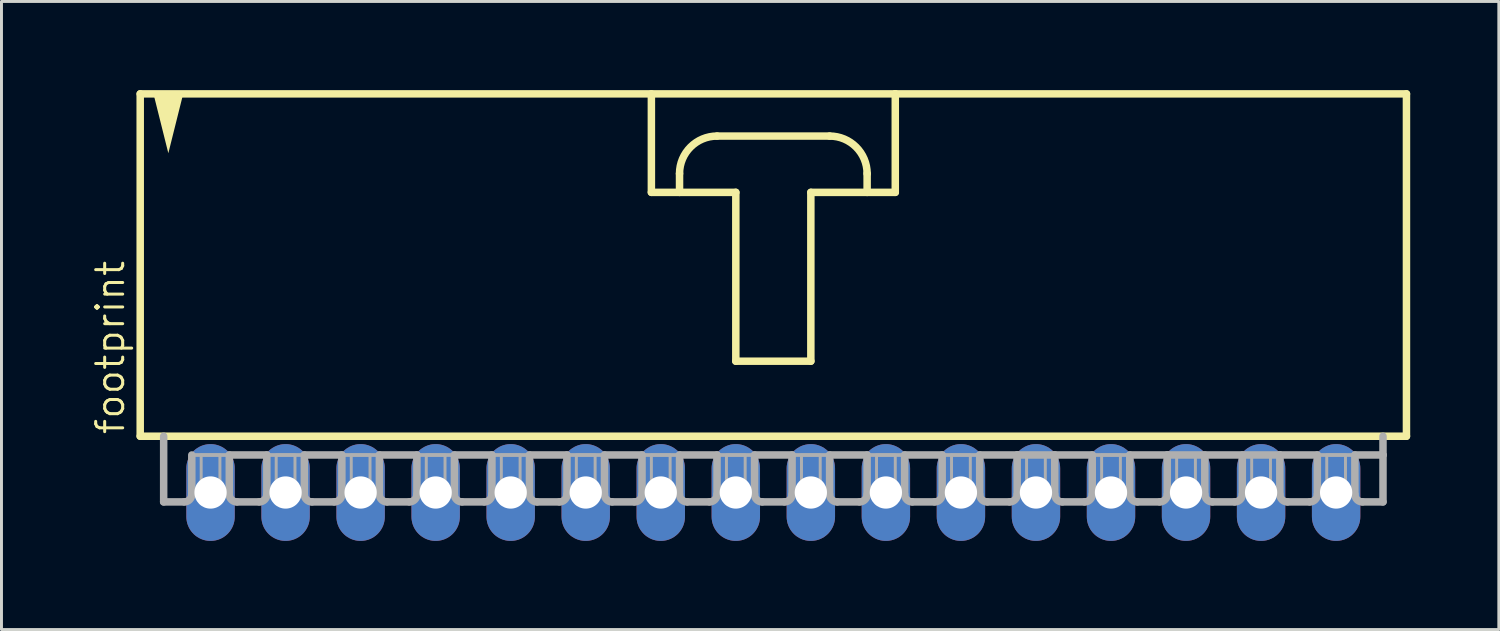
<source format=kicad_pcb>
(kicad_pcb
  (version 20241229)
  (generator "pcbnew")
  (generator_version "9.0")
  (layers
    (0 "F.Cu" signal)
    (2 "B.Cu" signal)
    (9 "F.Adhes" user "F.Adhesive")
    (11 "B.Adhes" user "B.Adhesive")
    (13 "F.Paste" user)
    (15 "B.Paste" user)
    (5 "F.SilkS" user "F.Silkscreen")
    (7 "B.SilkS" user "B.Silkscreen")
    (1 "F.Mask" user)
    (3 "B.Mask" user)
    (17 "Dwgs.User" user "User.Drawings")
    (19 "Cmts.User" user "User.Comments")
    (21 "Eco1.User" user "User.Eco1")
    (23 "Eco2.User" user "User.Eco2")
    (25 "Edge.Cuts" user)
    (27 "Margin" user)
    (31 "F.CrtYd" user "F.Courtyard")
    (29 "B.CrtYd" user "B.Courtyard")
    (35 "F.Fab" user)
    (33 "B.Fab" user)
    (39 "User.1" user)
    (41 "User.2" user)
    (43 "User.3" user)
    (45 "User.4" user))
  (footprint "footprint"
    (layer "F.Cu")
    (at 23.127 6.001)
    (property "Reference" "footprint" (at -21.907 5.715 90) (layer "F.SilkS") (effects (font (size 0.914 0.914) (thickness 0.102)) (justify left bottom)))
    (fp_line (start -21.431 -5.874) (end -21.431 5.715) (stroke (width 0.254) (type solid)) (layer "F.SilkS"))
    (fp_line (start -21.431 5.715) (end 21.431 5.715) (stroke (width 0.254) (type solid)) (layer "F.SilkS"))
    (fp_line (start -4.128 -5.874) (end -4.128 -2.54) (stroke (width 0.254) (type solid)) (layer "F.SilkS"))
    (fp_line (start -4.128 -2.54) (end -3.175 -2.54) (stroke (width 0.254) (type solid)) (layer "F.SilkS"))
    (fp_line (start -3.175 -2.54) (end -3.175 -3.175) (stroke (width 0.254) (type solid)) (layer "F.SilkS"))
    (fp_line (start -3.175 -2.54) (end -1.27 -2.54) (stroke (width 0.254) (type solid)) (layer "F.SilkS"))
    (fp_line (start -1.905 -4.445) (end 1.905 -4.445) (stroke (width 0.254) (type solid)) (layer "F.SilkS"))
    (fp_line (start -1.27 -2.54) (end -1.27 3.175) (stroke (width 0.254) (type solid)) (layer "F.SilkS"))
    (fp_line (start -1.27 3.175) (end 1.27 3.175) (stroke (width 0.254) (type solid)) (layer "F.SilkS"))
    (fp_line (start 1.27 -2.54) (end 3.175 -2.54) (stroke (width 0.254) (type solid)) (layer "F.SilkS"))
    (fp_line (start 1.27 3.175) (end 1.27 -2.54) (stroke (width 0.254) (type solid)) (layer "F.SilkS"))
    (fp_line (start 3.175 -3.175) (end 3.175 -2.54) (stroke (width 0.254) (type solid)) (layer "F.SilkS"))
    (fp_line (start 3.175 -2.54) (end 4.128 -2.54) (stroke (width 0.254) (type solid)) (layer "F.SilkS"))
    (fp_line (start 4.128 -5.874) (end -21.431 -5.874) (stroke (width 0.254) (type solid)) (layer "F.SilkS"))
    (fp_line (start 4.128 -2.54) (end 4.128 -5.874) (stroke (width 0.254) (type solid)) (layer "F.SilkS"))
    (fp_line (start 21.431 -5.874) (end 4.128 -5.874) (stroke (width 0.254) (type solid)) (layer "F.SilkS"))
    (fp_line (start 21.431 5.715) (end 21.431 -5.874) (stroke (width 0.254) (type solid)) (layer "F.SilkS"))
    (fp_arc (start -3.175 -3.175) (mid -2.803026 -4.073026) (end -1.905 -4.445) (stroke (width 0.254) (type solid)) (layer "F.SilkS"))
    (fp_arc (start 1.905 -4.445) (mid 2.803026 -4.073026) (end 3.175 -3.175) (stroke (width 0.254) (type solid)) (layer "F.SilkS"))
    (fp_poly (pts (xy -20.479 -3.864) (xy -20.988 -5.899) (xy -19.97 -5.899)) (stroke (width 0) (type solid)) (fill yes) (layer "F.SilkS"))
    (fp_line (start -20.637 5.715) (end -20.637 7.938) (stroke (width 0.254) (type solid)) (layer "F.Fab"))
    (fp_line (start -19.939 7.938) (end -20.637 7.938) (stroke (width 0.254) (type solid)) (layer "F.Fab"))
    (fp_line (start -19.685 6.35) (end -19.685 7.684) (stroke (width 0.254) (type solid)) (layer "F.Fab"))
    (fp_line (start -19.685 6.35) (end -18.415 6.35) (stroke (width 0.127) (type solid)) (layer "F.Fab"))
    (fp_line (start -18.415 6.35) (end -18.415 7.684) (stroke (width 0.254) (type solid)) (layer "F.Fab"))
    (fp_line (start -18.415 6.35) (end -17.145 6.35) (stroke (width 0.254) (type solid)) (layer "F.Fab"))
    (fp_line (start -17.399 7.938) (end -18.161 7.938) (stroke (width 0.254) (type solid)) (layer "F.Fab"))
    (fp_line (start -17.145 6.35) (end -17.145 7.684) (stroke (width 0.254) (type solid)) (layer "F.Fab"))
    (fp_line (start -17.145 6.35) (end -15.875 6.35) (stroke (width 0.127) (type solid)) (layer "F.Fab"))
    (fp_line (start -15.875 6.35) (end -15.875 7.684) (stroke (width 0.254) (type solid)) (layer "F.Fab"))
    (fp_line (start -15.875 6.35) (end -14.605 6.35) (stroke (width 0.254) (type solid)) (layer "F.Fab"))
    (fp_line (start -14.859 7.938) (end -15.621 7.938) (stroke (width 0.254) (type solid)) (layer "F.Fab"))
    (fp_line (start -14.605 6.35) (end -14.605 7.684) (stroke (width 0.254) (type solid)) (layer "F.Fab"))
    (fp_line (start -14.605 6.35) (end -13.335 6.35) (stroke (width 0.127) (type solid)) (layer "F.Fab"))
    (fp_line (start -13.335 6.35) (end -13.335 7.684) (stroke (width 0.254) (type solid)) (layer "F.Fab"))
    (fp_line (start -13.335 6.35) (end -12.065 6.35) (stroke (width 0.254) (type solid)) (layer "F.Fab"))
    (fp_line (start -12.319 7.938) (end -13.081 7.938) (stroke (width 0.254) (type solid)) (layer "F.Fab"))
    (fp_line (start -12.065 6.35) (end -12.065 7.684) (stroke (width 0.254) (type solid)) (layer "F.Fab"))
    (fp_line (start -12.065 6.35) (end -10.795 6.35) (stroke (width 0.127) (type solid)) (layer "F.Fab"))
    (fp_line (start -10.795 6.35) (end -10.795 7.684) (stroke (width 0.254) (type solid)) (layer "F.Fab"))
    (fp_line (start -10.795 6.35) (end -9.525 6.35) (stroke (width 0.254) (type solid)) (layer "F.Fab"))
    (fp_line (start -9.779 7.938) (end -10.541 7.938) (stroke (width 0.254) (type solid)) (layer "F.Fab"))
    (fp_line (start -9.525 6.35) (end -9.525 7.684) (stroke (width 0.254) (type solid)) (layer "F.Fab"))
    (fp_line (start -9.525 6.35) (end -8.255 6.35) (stroke (width 0.127) (type solid)) (layer "F.Fab"))
    (fp_line (start -8.255 6.35) (end -8.255 7.684) (stroke (width 0.254) (type solid)) (layer "F.Fab"))
    (fp_line (start -8.255 6.35) (end -6.985 6.35) (stroke (width 0.254) (type solid)) (layer "F.Fab"))
    (fp_line (start -7.239 7.938) (end -8.001 7.938) (stroke (width 0.254) (type solid)) (layer "F.Fab"))
    (fp_line (start -6.985 6.35) (end -6.985 7.684) (stroke (width 0.254) (type solid)) (layer "F.Fab"))
    (fp_line (start -6.985 6.35) (end -5.715 6.35) (stroke (width 0.127) (type solid)) (layer "F.Fab"))
    (fp_line (start -5.715 6.35) (end -5.715 7.684) (stroke (width 0.254) (type solid)) (layer "F.Fab"))
    (fp_line (start -5.715 6.35) (end -4.445 6.35) (stroke (width 0.254) (type solid)) (layer "F.Fab"))
    (fp_line (start -4.699 7.938) (end -5.461 7.938) (stroke (width 0.254) (type solid)) (layer "F.Fab"))
    (fp_line (start -4.445 6.35) (end -4.445 7.684) (stroke (width 0.254) (type solid)) (layer "F.Fab"))
    (fp_line (start -4.445 6.35) (end -3.175 6.35) (stroke (width 0.127) (type solid)) (layer "F.Fab"))
    (fp_line (start -3.175 6.35) (end -3.175 7.684) (stroke (width 0.254) (type solid)) (layer "F.Fab"))
    (fp_line (start -3.175 6.35) (end -1.905 6.35) (stroke (width 0.254) (type solid)) (layer "F.Fab"))
    (fp_line (start -2.159 7.938) (end -2.921 7.938) (stroke (width 0.254) (type solid)) (layer "F.Fab"))
    (fp_line (start -1.905 6.35) (end -1.905 7.684) (stroke (width 0.254) (type solid)) (layer "F.Fab"))
    (fp_line (start -1.905 6.35) (end -0.635 6.35) (stroke (width 0.127) (type solid)) (layer "F.Fab"))
    (fp_line (start -0.635 6.35) (end -0.635 7.684) (stroke (width 0.254) (type solid)) (layer "F.Fab"))
    (fp_line (start -0.635 6.35) (end 0.635 6.35) (stroke (width 0.254) (type solid)) (layer "F.Fab"))
    (fp_line (start 0.381 7.938) (end -0.381 7.938) (stroke (width 0.254) (type solid)) (layer "F.Fab"))
    (fp_line (start 0.635 6.35) (end 0.635 7.684) (stroke (width 0.254) (type solid)) (layer "F.Fab"))
    (fp_line (start 0.635 6.35) (end 1.905 6.35) (stroke (width 0.127) (type solid)) (layer "F.Fab"))
    (fp_line (start 1.905 6.35) (end 1.905 7.684) (stroke (width 0.254) (type solid)) (layer "F.Fab"))
    (fp_line (start 1.905 6.35) (end 3.175 6.35) (stroke (width 0.254) (type solid)) (layer "F.Fab"))
    (fp_line (start 2.921 7.938) (end 2.159 7.938) (stroke (width 0.254) (type solid)) (layer "F.Fab"))
    (fp_line (start 3.175 6.35) (end 3.175 7.684) (stroke (width 0.254) (type solid)) (layer "F.Fab"))
    (fp_line (start 3.175 6.35) (end 4.445 6.35) (stroke (width 0.127) (type solid)) (layer "F.Fab"))
    (fp_line (start 4.445 6.35) (end 4.445 7.684) (stroke (width 0.254) (type solid)) (layer "F.Fab"))
    (fp_line (start 4.445 6.35) (end 5.715 6.35) (stroke (width 0.254) (type solid)) (layer "F.Fab"))
    (fp_line (start 5.461 7.938) (end 4.699 7.938) (stroke (width 0.254) (type solid)) (layer "F.Fab"))
    (fp_line (start 5.715 6.35) (end 5.715 7.684) (stroke (width 0.254) (type solid)) (layer "F.Fab"))
    (fp_line (start 5.715 6.35) (end 6.985 6.35) (stroke (width 0.127) (type solid)) (layer "F.Fab"))
    (fp_line (start 6.985 6.35) (end 6.985 7.684) (stroke (width 0.254) (type solid)) (layer "F.Fab"))
    (fp_line (start 6.985 6.35) (end 8.255 6.35) (stroke (width 0.254) (type solid)) (layer "F.Fab"))
    (fp_line (start 8.001 7.938) (end 7.239 7.938) (stroke (width 0.254) (type solid)) (layer "F.Fab"))
    (fp_line (start 8.255 6.35) (end 8.255 7.684) (stroke (width 0.254) (type solid)) (layer "F.Fab"))
    (fp_line (start 8.255 6.35) (end 9.525 6.35) (stroke (width 0.254) (type solid)) (layer "F.Fab"))
    (fp_line (start 9.525 6.35) (end 9.525 7.684) (stroke (width 0.254) (type solid)) (layer "F.Fab"))
    (fp_line (start 9.525 6.35) (end 10.795 6.35) (stroke (width 0.254) (type solid)) (layer "F.Fab"))
    (fp_line (start 10.541 7.938) (end 9.779 7.938) (stroke (width 0.254) (type solid)) (layer "F.Fab"))
    (fp_line (start 10.795 6.35) (end 10.795 7.684) (stroke (width 0.254) (type solid)) (layer "F.Fab"))
    (fp_line (start 10.795 6.35) (end 12.065 6.35) (stroke (width 0.127) (type solid)) (layer "F.Fab"))
    (fp_line (start 12.065 6.35) (end 12.065 7.684) (stroke (width 0.254) (type solid)) (layer "F.Fab"))
    (fp_line (start 12.065 6.35) (end 13.335 6.35) (stroke (width 0.254) (type solid)) (layer "F.Fab"))
    (fp_line (start 13.081 7.938) (end 12.319 7.938) (stroke (width 0.254) (type solid)) (layer "F.Fab"))
    (fp_line (start 13.335 6.35) (end 13.335 7.684) (stroke (width 0.254) (type solid)) (layer "F.Fab"))
    (fp_line (start 13.335 6.35) (end 17.145 6.35) (stroke (width 0.254) (type solid)) (layer "F.Fab"))
    (fp_line (start 14.605 6.35) (end 14.605 7.684) (stroke (width 0.254) (type solid)) (layer "F.Fab"))
    (fp_line (start 15.621 7.938) (end 14.859 7.938) (stroke (width 0.254) (type solid)) (layer "F.Fab"))
    (fp_line (start 15.875 6.35) (end 15.875 7.684) (stroke (width 0.254) (type solid)) (layer "F.Fab"))
    (fp_line (start 17.145 6.35) (end 17.145 7.684) (stroke (width 0.254) (type solid)) (layer "F.Fab"))
    (fp_line (start 17.145 6.35) (end 18.415 6.35) (stroke (width 0.254) (type solid)) (layer "F.Fab"))
    (fp_line (start 17.399 7.938) (end 18.161 7.938) (stroke (width 0.254) (type solid)) (layer "F.Fab"))
    (fp_line (start 18.415 6.35) (end 19.685 6.35) (stroke (width 0.127) (type solid)) (layer "F.Fab"))
    (fp_line (start 18.415 7.684) (end 18.415 6.35) (stroke (width 0.254) (type solid)) (layer "F.Fab"))
    (fp_line (start 19.685 6.35) (end 19.685 7.684) (stroke (width 0.254) (type solid)) (layer "F.Fab"))
    (fp_line (start 19.685 6.35) (end 20.637 6.35) (stroke (width 0.254) (type solid)) (layer "F.Fab"))
    (fp_line (start 19.939 7.938) (end 20.637 7.938) (stroke (width 0.254) (type solid)) (layer "F.Fab"))
    (fp_line (start 20.637 6.35) (end 20.637 5.715) (stroke (width 0.254) (type solid)) (layer "F.Fab"))
    (fp_line (start 20.637 7.938) (end 20.637 6.35) (stroke (width 0.254) (type solid)) (layer "F.Fab"))
    (fp_arc (start -19.685 7.6835) (mid -19.759395 7.863105) (end -19.939 7.9375) (stroke (width 0.254) (type solid)) (layer "F.Fab"))
    (fp_arc (start -18.161 7.9375) (mid -18.340605 7.863105) (end -18.415 7.6835) (stroke (width 0.254) (type solid)) (layer "F.Fab"))
    (fp_arc (start -17.145 7.6835) (mid -17.219395 7.863105) (end -17.399 7.9375) (stroke (width 0.254) (type solid)) (layer "F.Fab"))
    (fp_arc (start -15.621 7.9375) (mid -15.800605 7.863105) (end -15.875 7.6835) (stroke (width 0.254) (type solid)) (layer "F.Fab"))
    (fp_arc (start -14.605 7.6835) (mid -14.679395 7.863105) (end -14.859 7.9375) (stroke (width 0.254) (type solid)) (layer "F.Fab"))
    (fp_arc (start -13.081 7.9375) (mid -13.260605 7.863105) (end -13.335 7.6835) (stroke (width 0.254) (type solid)) (layer "F.Fab"))
    (fp_arc (start -12.065 7.6835) (mid -12.139395 7.863105) (end -12.319 7.9375) (stroke (width 0.254) (type solid)) (layer "F.Fab"))
    (fp_arc (start -10.541 7.9375) (mid -10.720605 7.863105) (end -10.795 7.6835) (stroke (width 0.254) (type solid)) (layer "F.Fab"))
    (fp_arc (start -9.525 7.6835) (mid -9.599395 7.863105) (end -9.779 7.9375) (stroke (width 0.254) (type solid)) (layer "F.Fab"))
    (fp_arc (start -8.001 7.9375) (mid -8.180605 7.863105) (end -8.255 7.6835) (stroke (width 0.254) (type solid)) (layer "F.Fab"))
    (fp_arc (start -6.985 7.6835) (mid -7.059395 7.863105) (end -7.239 7.9375) (stroke (width 0.254) (type solid)) (layer "F.Fab"))
    (fp_arc (start -5.461 7.9375) (mid -5.640605 7.863105) (end -5.715 7.6835) (stroke (width 0.254) (type solid)) (layer "F.Fab"))
    (fp_arc (start -4.445 7.6835) (mid -4.519395 7.863105) (end -4.699 7.9375) (stroke (width 0.254) (type solid)) (layer "F.Fab"))
    (fp_arc (start -2.921 7.9375) (mid -3.100605 7.863105) (end -3.175 7.6835) (stroke (width 0.254) (type solid)) (layer "F.Fab"))
    (fp_arc (start -1.905 7.6835) (mid -1.979395 7.863105) (end -2.159 7.9375) (stroke (width 0.254) (type solid)) (layer "F.Fab"))
    (fp_arc (start -0.381 7.9375) (mid -0.560605 7.863105) (end -0.635 7.6835) (stroke (width 0.254) (type solid)) (layer "F.Fab"))
    (fp_arc (start 0.635 7.6835) (mid 0.560605 7.863105) (end 0.381 7.9375) (stroke (width 0.254) (type solid)) (layer "F.Fab"))
    (fp_arc (start 2.159 7.9375) (mid 1.979395 7.863105) (end 1.905 7.6835) (stroke (width 0.254) (type solid)) (layer "F.Fab"))
    (fp_arc (start 3.175 7.6835) (mid 3.100605 7.863105) (end 2.921 7.9375) (stroke (width 0.254) (type solid)) (layer "F.Fab"))
    (fp_arc (start 4.699 7.9375) (mid 4.519395 7.863105) (end 4.445 7.6835) (stroke (width 0.254) (type solid)) (layer "F.Fab"))
    (fp_arc (start 5.715 7.6835) (mid 5.640605 7.863105) (end 5.461 7.9375) (stroke (width 0.254) (type solid)) (layer "F.Fab"))
    (fp_arc (start 7.239 7.9375) (mid 7.059395 7.863105) (end 6.985 7.6835) (stroke (width 0.254) (type solid)) (layer "F.Fab"))
    (fp_arc (start 8.255 7.6835) (mid 8.180605 7.863105) (end 8.001 7.9375) (stroke (width 0.254) (type solid)) (layer "F.Fab"))
    (fp_arc (start 9.779 7.9375) (mid 9.599395 7.863105) (end 9.525 7.6835) (stroke (width 0.254) (type solid)) (layer "F.Fab"))
    (fp_arc (start 10.795 7.6835) (mid 10.720605 7.863105) (end 10.541 7.9375) (stroke (width 0.254) (type solid)) (layer "F.Fab"))
    (fp_arc (start 12.319 7.9375) (mid 12.139395 7.863105) (end 12.065 7.6835) (stroke (width 0.254) (type solid)) (layer "F.Fab"))
    (fp_arc (start 13.335 7.6835) (mid 13.260605 7.863105) (end 13.081 7.9375) (stroke (width 0.254) (type solid)) (layer "F.Fab"))
    (fp_arc (start 14.859 7.9375) (mid 14.679395 7.863105) (end 14.605 7.6835) (stroke (width 0.254) (type solid)) (layer "F.Fab"))
    (fp_arc (start 15.875 7.6835) (mid 15.800605 7.863105) (end 15.621 7.9375) (stroke (width 0.254) (type solid)) (layer "F.Fab"))
    (fp_arc (start 17.399 7.9375) (mid 17.219395 7.863105) (end 17.145 7.6835) (stroke (width 0.254) (type solid)) (layer "F.Fab"))
    (fp_arc (start 18.415 7.6835) (mid 18.340605 7.863105) (end 18.161 7.9375) (stroke (width 0.254) (type solid)) (layer "F.Fab"))
    (fp_arc (start 19.939 7.9375) (mid 19.759395 7.863105) (end 19.685 7.6835) (stroke (width 0.254) (type solid)) (layer "F.Fab"))
    (fp_poly (pts (xy -19.367 7.62) (xy -18.733 7.62) (xy -18.733 6.35) (xy -19.367 6.35)) (stroke (width 0.1) (type solid)) (fill no) (layer "F.Fab"))
    (fp_poly (pts (xy -16.828 7.62) (xy -16.192 7.62) (xy -16.192 6.35) (xy -16.828 6.35)) (stroke (width 0.1) (type solid)) (fill no) (layer "F.Fab"))
    (fp_poly (pts (xy -14.287 7.62) (xy -13.652 7.62) (xy -13.652 6.35) (xy -14.287 6.35)) (stroke (width 0.1) (type solid)) (fill no) (layer "F.Fab"))
    (fp_poly (pts (xy -11.748 7.62) (xy -11.113 7.62) (xy -11.113 6.35) (xy -11.748 6.35)) (stroke (width 0.1) (type solid)) (fill no) (layer "F.Fab"))
    (fp_poly (pts (xy -9.207 7.62) (xy -8.572 7.62) (xy -8.572 6.35) (xy -9.207 6.35)) (stroke (width 0.1) (type solid)) (fill no) (layer "F.Fab"))
    (fp_poly (pts (xy -6.668 7.62) (xy -6.032 7.62) (xy -6.032 6.35) (xy -6.668 6.35)) (stroke (width 0.1) (type solid)) (fill no) (layer "F.Fab"))
    (fp_poly (pts (xy -4.128 7.62) (xy -3.493 7.62) (xy -3.493 6.35) (xy -4.128 6.35)) (stroke (width 0.1) (type solid)) (fill no) (layer "F.Fab"))
    (fp_poly (pts (xy -1.587 7.62) (xy -0.953 7.62) (xy -0.953 6.35) (xy -1.587 6.35)) (stroke (width 0.1) (type solid)) (fill no) (layer "F.Fab"))
    (fp_poly (pts (xy 0.953 7.62) (xy 1.587 7.62) (xy 1.587 6.35) (xy 0.953 6.35)) (stroke (width 0.1) (type solid)) (fill no) (layer "F.Fab"))
    (fp_poly (pts (xy 3.493 7.62) (xy 4.128 7.62) (xy 4.128 6.35) (xy 3.493 6.35)) (stroke (width 0.1) (type solid)) (fill no) (layer "F.Fab"))
    (fp_poly (pts (xy 6.032 7.62) (xy 6.668 7.62) (xy 6.668 6.35) (xy 6.032 6.35)) (stroke (width 0.1) (type solid)) (fill no) (layer "F.Fab"))
    (fp_poly (pts (xy 8.572 7.62) (xy 9.207 7.62) (xy 9.207 6.35) (xy 8.572 6.35)) (stroke (width 0.1) (type solid)) (fill no) (layer "F.Fab"))
    (fp_poly (pts (xy 11.113 7.62) (xy 11.748 7.62) (xy 11.748 6.35) (xy 11.113 6.35)) (stroke (width 0.1) (type solid)) (fill no) (layer "F.Fab"))
    (fp_poly (pts (xy 13.652 7.62) (xy 14.287 7.62) (xy 14.287 6.35) (xy 13.652 6.35)) (stroke (width 0.1) (type solid)) (fill no) (layer "F.Fab"))
    (fp_poly (pts (xy 16.192 7.62) (xy 16.828 7.62) (xy 16.828 6.35) (xy 16.192 6.35)) (stroke (width 0.1) (type solid)) (fill no) (layer "F.Fab"))
    (fp_poly (pts (xy 18.733 7.62) (xy 19.367 7.62) (xy 19.367 6.35) (xy 18.733 6.35)) (stroke (width 0.1) (type solid)) (fill no) (layer "F.Fab"))
    (pad "1" thru_hole oval (at -19.05 7.62 90) (size 3.277 1.638) (drill 1.092) (layers "*.Cu" "*.Mask"))
    (pad "2" thru_hole oval (at -16.51 7.62 90) (size 3.277 1.638) (drill 1.092) (layers "*.Cu" "*.Mask"))
    (pad "3" thru_hole oval (at -13.97 7.62 270) (size 3.277 1.638) (drill 1.092) (layers "*.Cu" "*.Mask"))
    (pad "4" thru_hole oval (at -11.43 7.62 270) (size 3.277 1.638) (drill 1.092) (layers "*.Cu" "*.Mask"))
    (pad "5" thru_hole oval (at -8.89 7.62 90) (size 3.277 1.638) (drill 1.092) (layers "*.Cu" "*.Mask"))
    (pad "6" thru_hole oval (at -6.35 7.62 90) (size 3.277 1.638) (drill 1.092) (layers "*.Cu" "*.Mask"))
    (pad "7" thru_hole oval (at -3.81 7.62 90) (size 3.277 1.638) (drill 1.092) (layers "*.Cu" "*.Mask"))
    (pad "8" thru_hole oval (at -1.27 7.62 90) (size 3.277 1.638) (drill 1.092) (layers "*.Cu" "*.Mask"))
    (pad "9" thru_hole oval (at 1.27 7.62 90) (size 3.277 1.638) (drill 1.092) (layers "*.Cu" "*.Mask"))
    (pad "10" thru_hole oval (at 3.81 7.62 90) (size 3.277 1.638) (drill 1.092) (layers "*.Cu" "*.Mask"))
    (pad "11" thru_hole oval (at 6.35 7.62 90) (size 3.277 1.638) (drill 1.092) (layers "*.Cu" "*.Mask"))
    (pad "12" thru_hole oval (at 8.89 7.62 90) (size 3.277 1.638) (drill 1.092) (layers "*.Cu" "*.Mask"))
    (pad "13" thru_hole oval (at 11.43 7.62 90) (size 3.277 1.638) (drill 1.092) (layers "*.Cu" "*.Mask"))
    (pad "14" thru_hole oval (at 13.97 7.62 90) (size 3.277 1.638) (drill 1.092) (layers "*.Cu" "*.Mask"))
    (pad "15" thru_hole oval (at 16.51 7.62 90) (size 3.277 1.638) (drill 1.092) (layers "*.Cu" "*.Mask"))
    (pad "16" thru_hole oval (at 19.05 7.62 90) (size 3.277 1.638) (drill 1.092) (layers "*.Cu" "*.Mask")))
  (gr_rect
    (start -3 -3)
    (end 47.685 18.259)
    (stroke (width 0.1) (type default))
    (fill no)
    (layer "Edge.Cuts")))
</source>
